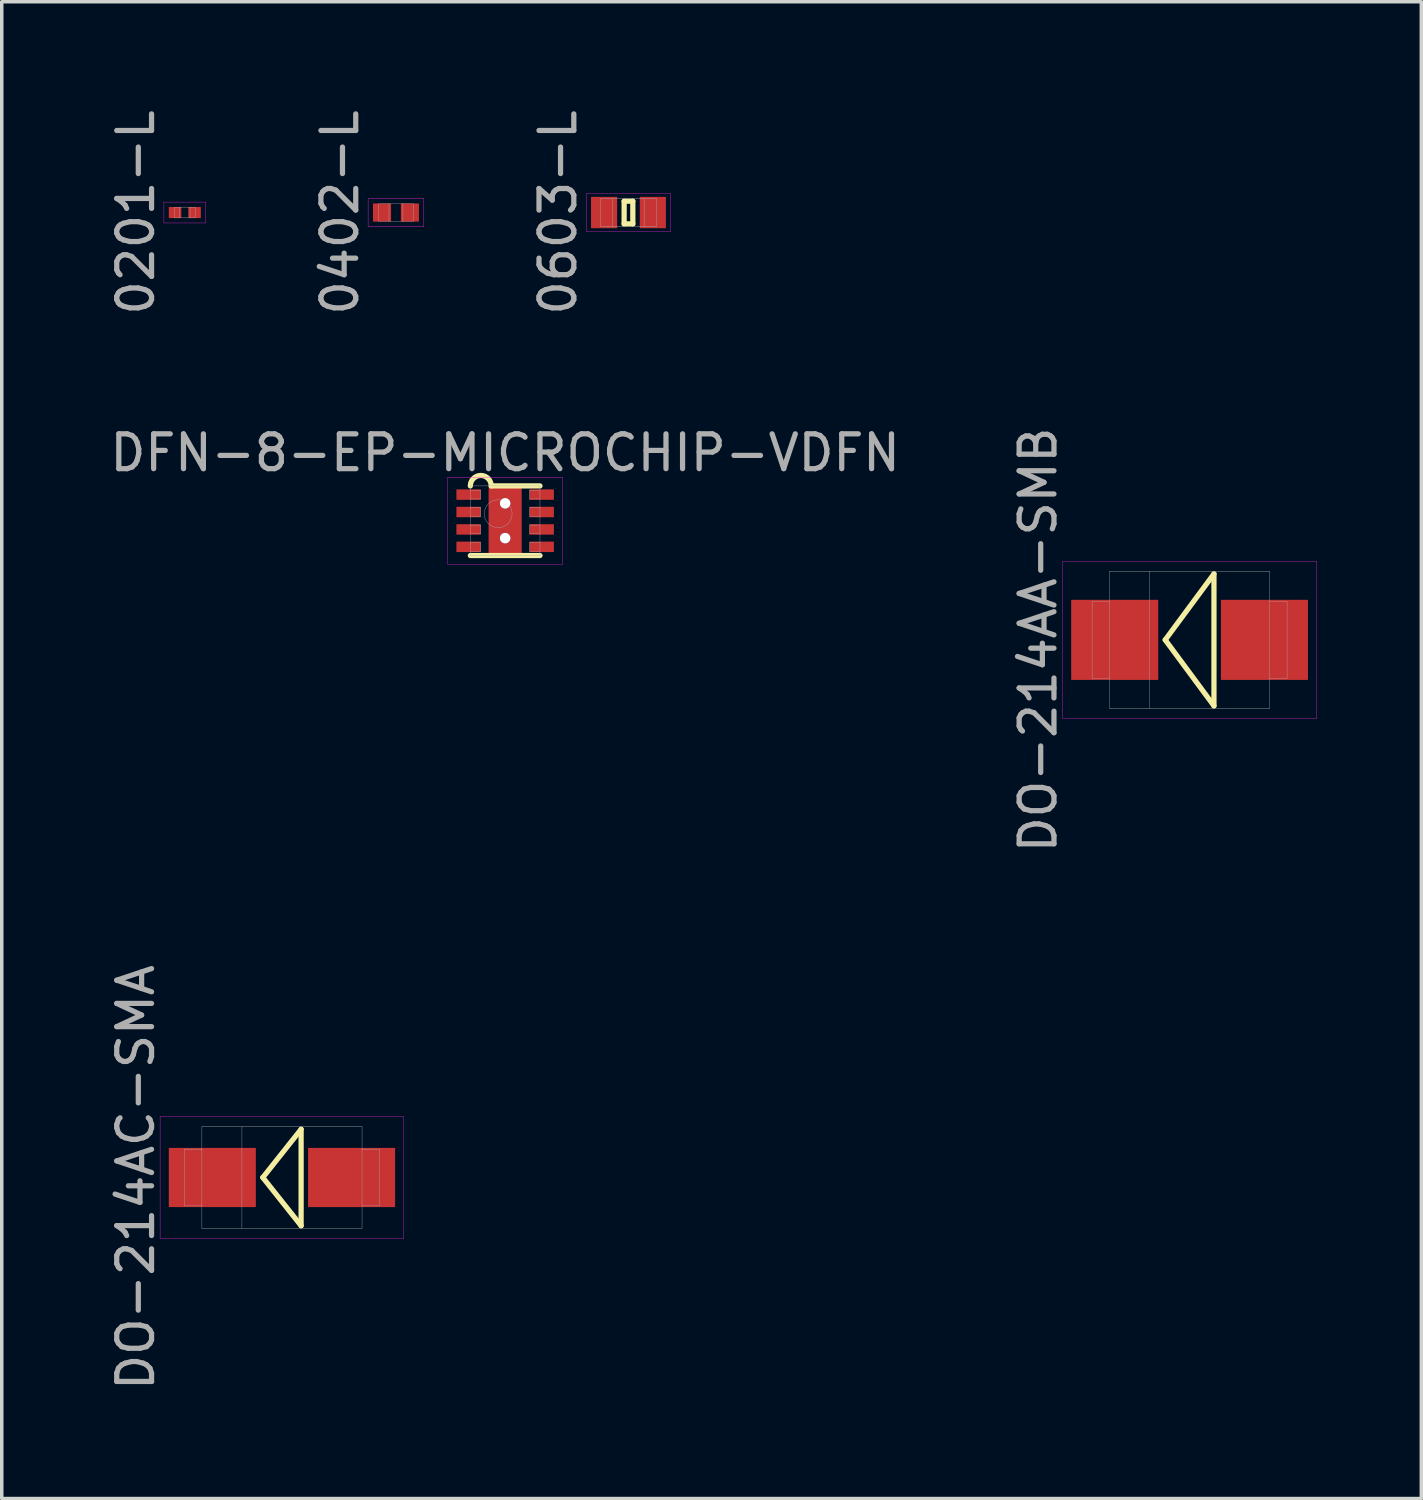
<source format=kicad_pcb>
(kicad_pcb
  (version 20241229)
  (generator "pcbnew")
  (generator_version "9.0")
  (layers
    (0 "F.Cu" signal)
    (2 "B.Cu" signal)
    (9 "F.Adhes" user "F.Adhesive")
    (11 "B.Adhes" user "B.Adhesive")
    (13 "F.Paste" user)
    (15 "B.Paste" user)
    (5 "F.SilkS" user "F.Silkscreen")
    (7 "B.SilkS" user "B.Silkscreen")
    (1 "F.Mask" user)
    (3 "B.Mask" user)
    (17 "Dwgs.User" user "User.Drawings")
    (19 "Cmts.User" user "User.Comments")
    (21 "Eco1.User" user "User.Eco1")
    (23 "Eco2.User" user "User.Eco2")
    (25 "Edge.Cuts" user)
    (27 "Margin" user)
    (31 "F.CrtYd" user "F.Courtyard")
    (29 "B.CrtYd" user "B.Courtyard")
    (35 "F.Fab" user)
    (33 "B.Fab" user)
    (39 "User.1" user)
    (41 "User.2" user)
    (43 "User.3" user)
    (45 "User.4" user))
  (footprint "0201-L"
    (layer "F.Cu")
    (at 2.258 3.054)
    (property "Reference" "0201-L" (at -1.41 0 90) (layer "F.Fab") (effects (font (size 1 1) (thickness 0.15))))
    (attr through_hole)
    (fp_line (start -0.6 -0.3) (end 0.6 -0.3) (stroke (width 0.01) (type solid)) (layer "F.CrtYd"))
    (fp_line (start -0.6 0.3) (end -0.6 -0.3) (stroke (width 0.01) (type solid)) (layer "F.CrtYd"))
    (fp_line (start 0.6 -0.3) (end 0.6 0.3) (stroke (width 0.01) (type solid)) (layer "F.CrtYd"))
    (fp_line (start 0.6 0.3) (end -0.6 0.3) (stroke (width 0.01) (type solid)) (layer "F.CrtYd"))
    (fp_line (start -0.3 -0.15) (end 0.3 -0.15) (stroke (width 0.01) (type solid)) (layer "F.Fab"))
    (fp_line (start -0.3 0.15) (end -0.3 -0.15) (stroke (width 0.01) (type solid)) (layer "F.Fab"))
    (fp_line (start -0.15 -0.15) (end -0.15 0.15) (stroke (width 0.01) (type solid)) (layer "F.Fab"))
    (fp_line (start 0.15 -0.15) (end 0.15 0.15) (stroke (width 0.01) (type solid)) (layer "F.Fab"))
    (fp_line (start 0.3 -0.15) (end 0.3 0.15) (stroke (width 0.01) (type solid)) (layer "F.Fab"))
    (fp_line (start 0.3 0.15) (end -0.3 0.15) (stroke (width 0.01) (type solid)) (layer "F.Fab"))
    (pad "1" smd rect (at -0.28 0) (size 0.36 0.32) (layers "F.Cu" "F.Mask" "F.Paste"))
    (pad "2" smd rect (at 0.28 0) (size 0.36 0.32) (layers "F.Cu" "F.Mask" "F.Paste")))
  (footprint "0402-L"
    (layer "F.Cu")
    (at 8.322 3.054)
    (property "Reference" "0402-L" (at -1.61 0 90) (layer "F.Fab") (effects (font (size 1 1) (thickness 0.15))))
    (attr through_hole)
    (fp_line (start -0.8 -0.4) (end 0.8 -0.4) (stroke (width 0.01) (type solid)) (layer "F.CrtYd"))
    (fp_line (start -0.8 0.4) (end -0.8 -0.4) (stroke (width 0.01) (type solid)) (layer "F.CrtYd"))
    (fp_line (start 0.8 -0.4) (end 0.8 0.4) (stroke (width 0.01) (type solid)) (layer "F.CrtYd"))
    (fp_line (start 0.8 0.4) (end -0.8 0.4) (stroke (width 0.01) (type solid)) (layer "F.CrtYd"))
    (fp_line (start -0.5 -0.25) (end 0.5 -0.25) (stroke (width 0.01) (type solid)) (layer "F.Fab"))
    (fp_line (start -0.5 0.25) (end -0.5 -0.25) (stroke (width 0.01) (type solid)) (layer "F.Fab"))
    (fp_line (start -0.2 -0.25) (end -0.2 0.25) (stroke (width 0.01) (type solid)) (layer "F.Fab"))
    (fp_line (start 0.2 -0.25) (end 0.2 0.25) (stroke (width 0.01) (type solid)) (layer "F.Fab"))
    (fp_line (start 0.5 -0.25) (end 0.5 0.25) (stroke (width 0.01) (type solid)) (layer "F.Fab"))
    (fp_line (start 0.5 0.25) (end -0.5 0.25) (stroke (width 0.01) (type solid)) (layer "F.Fab"))
    (pad "1" smd rect (at -0.4 0) (size 0.52 0.52) (layers "F.Cu" "F.Mask" "F.Paste"))
    (pad "2" smd rect (at 0.4 0) (size 0.52 0.52) (layers "F.Cu" "F.Mask" "F.Paste")))
  (footprint "0603-L"
    (layer "F.Cu")
    (at 15 3.054)
    (property "Reference" "0603-L" (at -2.025 0 90) (layer "F.Fab") (effects (font (size 1 1) (thickness 0.15))))
    (attr through_hole)
    (fp_line (start -0.125 -0.325) (end 0.125 -0.325) (stroke (width 0.15) (type solid)) (layer "F.SilkS"))
    (fp_line (start -0.125 0.325) (end -0.125 -0.325) (stroke (width 0.15) (type solid)) (layer "F.SilkS"))
    (fp_line (start 0.125 -0.325) (end 0.125 0.325) (stroke (width 0.15) (type solid)) (layer "F.SilkS"))
    (fp_line (start 0.125 0.325) (end -0.125 0.325) (stroke (width 0.15) (type solid)) (layer "F.SilkS"))
    (fp_line (start -1.2 -0.55) (end 1.2 -0.55) (stroke (width 0.01) (type solid)) (layer "F.CrtYd"))
    (fp_line (start -1.2 0.55) (end -1.2 -0.55) (stroke (width 0.01) (type solid)) (layer "F.CrtYd"))
    (fp_line (start 1.2 -0.55) (end 1.2 0.55) (stroke (width 0.01) (type solid)) (layer "F.CrtYd"))
    (fp_line (start 1.2 0.55) (end -1.2 0.55) (stroke (width 0.01) (type solid)) (layer "F.CrtYd"))
    (fp_line (start -0.8 -0.4) (end 0.8 -0.4) (stroke (width 0.01) (type solid)) (layer "F.Fab"))
    (fp_line (start -0.8 0.4) (end -0.8 -0.4) (stroke (width 0.01) (type solid)) (layer "F.Fab"))
    (fp_line (start -0.45 -0.4) (end -0.45 0.4) (stroke (width 0.01) (type solid)) (layer "F.Fab"))
    (fp_line (start 0.45 -0.4) (end 0.45 0.4) (stroke (width 0.01) (type solid)) (layer "F.Fab"))
    (fp_line (start 0.8 -0.4) (end 0.8 0.4) (stroke (width 0.01) (type solid)) (layer "F.Fab"))
    (fp_line (start 0.8 0.4) (end -0.8 0.4) (stroke (width 0.01) (type solid)) (layer "F.Fab"))
    (pad "1" smd rect (at -0.7 0) (size 0.75 0.9) (layers "F.Cu" "F.Mask" "F.Paste"))
    (pad "2" smd rect (at 0.7 0) (size 0.75 0.9) (layers "F.Cu" "F.Mask" "F.Paste")))
  (footprint "DO-214AA-SMB"
    (layer "F.Cu")
    (at 31.115 15.327)
    (property "Reference" "DO-214AA-SMB" (at -4.35 0 90) (layer "F.Fab") (effects (font (size 1 1) (thickness 0.15))))
    (attr through_hole)
    (fp_line (start -0.7 0) (end 0.7 -1.895) (stroke (width 0.15) (type solid)) (layer "F.SilkS"))
    (fp_line (start -0.7 0) (end 0.7 1.895) (stroke (width 0.15) (type solid)) (layer "F.SilkS"))
    (fp_line (start 0.7 -1.895) (end 0.7 1.895) (stroke (width 0.15) (type solid)) (layer "F.SilkS"))
    (fp_line (start -3.65 -2.25) (end 3.65 -2.25) (stroke (width 0.01) (type solid)) (layer "F.CrtYd"))
    (fp_line (start -3.65 2.25) (end -3.65 -2.25) (stroke (width 0.01) (type solid)) (layer "F.CrtYd"))
    (fp_line (start 3.65 -2.25) (end 3.65 2.25) (stroke (width 0.01) (type solid)) (layer "F.CrtYd"))
    (fp_line (start 3.65 2.25) (end -3.65 2.25) (stroke (width 0.01) (type solid)) (layer "F.CrtYd"))
    (fp_line (start -2.8 -1.105) (end -2.8 1.105) (stroke (width 0.01) (type solid)) (layer "F.Fab"))
    (fp_line (start -2.8 -1.105) (end -2.3 -1.105) (stroke (width 0.01) (type solid)) (layer "F.Fab"))
    (fp_line (start -2.8 1.105) (end -2.3 1.105) (stroke (width 0.01) (type solid)) (layer "F.Fab"))
    (fp_line (start -2.3 -1.97) (end 2.3 -1.97) (stroke (width 0.01) (type solid)) (layer "F.Fab"))
    (fp_line (start -2.3 1.97) (end -2.3 -1.97) (stroke (width 0.01) (type solid)) (layer "F.Fab"))
    (fp_line (start -1.15 -1.97) (end -1.15 1.97) (stroke (width 0.01) (type solid)) (layer "F.Fab"))
    (fp_line (start 2.3 -1.97) (end 2.3 1.97) (stroke (width 0.01) (type solid)) (layer "F.Fab"))
    (fp_line (start 2.3 1.97) (end -2.3 1.97) (stroke (width 0.01) (type solid)) (layer "F.Fab"))
    (fp_line (start 2.8 -1.105) (end 2.3 -1.105) (stroke (width 0.01) (type solid)) (layer "F.Fab"))
    (fp_line (start 2.8 -1.105) (end 2.8 1.105) (stroke (width 0.01) (type solid)) (layer "F.Fab"))
    (fp_line (start 2.8 1.105) (end 2.3 1.105) (stroke (width 0.01) (type solid)) (layer "F.Fab"))
    (pad "1" smd rect (at -2.15 0) (size 2.5 2.3) (layers "F.Cu" "F.Mask" "F.Paste"))
    (pad "2" smd rect (at 2.15 0) (size 2.5 2.3) (layers "F.Cu" "F.Mask" "F.Paste")))
  (footprint "DFN-8-EP-MICROCHIP-VDFN"
    (layer "F.Cu")
    (at 11.458 11.905)
    (property "Reference" "DFN-8-EP-MICROCHIP-VDFN" (at 0 -1.95 0) (layer "F.Fab") (effects (font (size 1 1) (thickness 0.15))))
    (attr through_hole)
    (fp_line (start -1 1) (end 1 1) (stroke (width 0.15) (type solid)) (layer "F.SilkS"))
    (fp_line (start -0.4 -1) (end 1 -1) (stroke (width 0.15) (type solid)) (layer "F.SilkS"))
    (fp_arc (start -1 -1) (mid -0.7 -1.3) (end -0.4 -1) (stroke (width 0.15) (type solid)) (layer "F.SilkS"))
    (fp_line (start -1.65 -1.25) (end 1.65 -1.25) (stroke (width 0.01) (type solid)) (layer "F.CrtYd"))
    (fp_line (start -1.65 1.25) (end -1.65 -1.25) (stroke (width 0.01) (type solid)) (layer "F.CrtYd"))
    (fp_line (start 1.65 -1.25) (end 1.65 1.25) (stroke (width 0.01) (type solid)) (layer "F.CrtYd"))
    (fp_line (start 1.65 1.25) (end -1.65 1.25) (stroke (width 0.01) (type solid)) (layer "F.CrtYd"))
    (fp_line (start -1 -1) (end 1 -1) (stroke (width 0.01) (type solid)) (layer "F.Fab"))
    (fp_line (start -1 -0.625) (end -0.7 -0.625) (stroke (width 0.01) (type solid)) (layer "F.Fab"))
    (fp_line (start -1 -0.125) (end -0.7 -0.125) (stroke (width 0.01) (type solid)) (layer "F.Fab"))
    (fp_line (start -1 0.375) (end -0.7 0.375) (stroke (width 0.01) (type solid)) (layer "F.Fab"))
    (fp_line (start -1 0.875) (end -0.7 0.875) (stroke (width 0.01) (type solid)) (layer "F.Fab"))
    (fp_line (start -1 1) (end -1 -1) (stroke (width 0.01) (type solid)) (layer "F.Fab"))
    (fp_line (start -0.7 -0.875) (end -1 -0.875) (stroke (width 0.01) (type solid)) (layer "F.Fab"))
    (fp_line (start -0.7 -0.625) (end -0.7 -0.875) (stroke (width 0.01) (type solid)) (layer "F.Fab"))
    (fp_line (start -0.7 -0.375) (end -1 -0.375) (stroke (width 0.01) (type solid)) (layer "F.Fab"))
    (fp_line (start -0.7 -0.125) (end -0.7 -0.375) (stroke (width 0.01) (type solid)) (layer "F.Fab"))
    (fp_line (start -0.7 0.125) (end -1 0.125) (stroke (width 0.01) (type solid)) (layer "F.Fab"))
    (fp_line (start -0.7 0.375) (end -0.7 0.125) (stroke (width 0.01) (type solid)) (layer "F.Fab"))
    (fp_line (start -0.7 0.625) (end -1 0.625) (stroke (width 0.01) (type solid)) (layer "F.Fab"))
    (fp_line (start -0.7 0.875) (end -0.7 0.625) (stroke (width 0.01) (type solid)) (layer "F.Fab"))
    (fp_line (start 0.7 -0.875) (end 0.7 -0.625) (stroke (width 0.01) (type solid)) (layer "F.Fab"))
    (fp_line (start 0.7 -0.625) (end 1 -0.625) (stroke (width 0.01) (type solid)) (layer "F.Fab"))
    (fp_line (start 0.7 -0.375) (end 0.7 -0.125) (stroke (width 0.01) (type solid)) (layer "F.Fab"))
    (fp_line (start 0.7 -0.125) (end 1 -0.125) (stroke (width 0.01) (type solid)) (layer "F.Fab"))
    (fp_line (start 0.7 0.125) (end 0.7 0.375) (stroke (width 0.01) (type solid)) (layer "F.Fab"))
    (fp_line (start 0.7 0.375) (end 1 0.375) (stroke (width 0.01) (type solid)) (layer "F.Fab"))
    (fp_line (start 0.7 0.625) (end 0.7 0.875) (stroke (width 0.01) (type solid)) (layer "F.Fab"))
    (fp_line (start 0.7 0.875) (end 1 0.875) (stroke (width 0.01) (type solid)) (layer "F.Fab"))
    (fp_line (start 1 -1) (end 1 1) (stroke (width 0.01) (type solid)) (layer "F.Fab"))
    (fp_line (start 1 -0.875) (end 0.7 -0.875) (stroke (width 0.01) (type solid)) (layer "F.Fab"))
    (fp_line (start 1 -0.375) (end 0.7 -0.375) (stroke (width 0.01) (type solid)) (layer "F.Fab"))
    (fp_line (start 1 0.125) (end 0.7 0.125) (stroke (width 0.01) (type solid)) (layer "F.Fab"))
    (fp_line (start 1 0.625) (end 0.7 0.625) (stroke (width 0.01) (type solid)) (layer "F.Fab"))
    (fp_line (start 1 1) (end -1 1) (stroke (width 0.01) (type solid)) (layer "F.Fab"))
    (fp_circle (center -0.2 -0.2) (end -0.2 0.2) (stroke (width 0.01) (type solid)) (fill no) (layer "F.Fab"))
    (pad "" smd rect (at 0 0) (size 0.95 1.95) (layers "F.Paste"))
    (pad "1" smd rect (at -1.05 -0.75) (size 0.7 0.3) (layers "F.Cu" "F.Mask" "F.Paste"))
    (pad "2" smd rect (at -1.05 -0.25) (size 0.7 0.3) (layers "F.Cu" "F.Mask" "F.Paste"))
    (pad "3" smd rect (at -1.05 0.25) (size 0.7 0.3) (layers "F.Cu" "F.Mask" "F.Paste"))
    (pad "4" smd rect (at -1.05 0.75) (size 0.7 0.3) (layers "F.Cu" "F.Mask" "F.Paste"))
    (pad "5" smd rect (at 1.05 0.75) (size 0.7 0.3) (layers "F.Cu" "F.Mask" "F.Paste"))
    (pad "6" smd rect (at 1.05 0.25) (size 0.7 0.3) (layers "F.Cu" "F.Mask" "F.Paste"))
    (pad "7" smd rect (at 1.05 -0.25) (size 0.7 0.3) (layers "F.Cu" "F.Mask" "F.Paste"))
    (pad "8" smd rect (at 1.05 -0.75) (size 0.7 0.3) (layers "F.Cu" "F.Mask" "F.Paste"))
    (pad "EP" thru_hole circle (at 0 -0.5) (size 0.3 0.3) (drill 0.3) (layers "*.Cu"))
    (pad "EP" smd rect (at 0 0) (size 0.95 1.95) (layers "F.Cu" "F.Mask"))
    (pad "EP" thru_hole circle (at 0 0.5) (size 0.3 0.3) (drill 0.3) (layers "*.Cu")))
  (footprint "DO-214AC-SMA"
    (layer "F.Cu")
    (at 5.048 30.768)
    (property "Reference" "DO-214AC-SMA" (at -4.2 0 90) (layer "F.Fab") (effects (font (size 1 1) (thickness 0.15))))
    (attr through_hole)
    (fp_line (start -0.55 0) (end 0.55 -1.385) (stroke (width 0.15) (type solid)) (layer "F.SilkS"))
    (fp_line (start -0.55 0) (end 0.55 1.385) (stroke (width 0.15) (type solid)) (layer "F.SilkS"))
    (fp_line (start 0.55 -1.385) (end 0.55 1.385) (stroke (width 0.15) (type solid)) (layer "F.SilkS"))
    (fp_line (start -3.5 -1.75) (end 3.5 -1.75) (stroke (width 0.01) (type solid)) (layer "F.CrtYd"))
    (fp_line (start -3.5 1.75) (end -3.5 -1.75) (stroke (width 0.01) (type solid)) (layer "F.CrtYd"))
    (fp_line (start 3.5 -1.75) (end 3.5 1.75) (stroke (width 0.01) (type solid)) (layer "F.CrtYd"))
    (fp_line (start 3.5 1.75) (end -3.5 1.75) (stroke (width 0.01) (type solid)) (layer "F.CrtYd"))
    (fp_line (start -2.8 -0.815) (end -2.8 0.815) (stroke (width 0.01) (type solid)) (layer "F.Fab"))
    (fp_line (start -2.8 -0.815) (end -2.3 -0.815) (stroke (width 0.01) (type solid)) (layer "F.Fab"))
    (fp_line (start -2.8 0.815) (end -2.3 0.815) (stroke (width 0.01) (type solid)) (layer "F.Fab"))
    (fp_line (start -2.3 -1.46) (end 2.3 -1.46) (stroke (width 0.01) (type solid)) (layer "F.Fab"))
    (fp_line (start -2.3 1.46) (end -2.3 -1.46) (stroke (width 0.01) (type solid)) (layer "F.Fab"))
    (fp_line (start -1.15 -1.46) (end -1.15 1.46) (stroke (width 0.01) (type solid)) (layer "F.Fab"))
    (fp_line (start 2.3 -1.46) (end 2.3 1.46) (stroke (width 0.01) (type solid)) (layer "F.Fab"))
    (fp_line (start 2.3 1.46) (end -2.3 1.46) (stroke (width 0.01) (type solid)) (layer "F.Fab"))
    (fp_line (start 2.8 -0.815) (end 2.3 -0.815) (stroke (width 0.01) (type solid)) (layer "F.Fab"))
    (fp_line (start 2.8 -0.815) (end 2.8 0.815) (stroke (width 0.01) (type solid)) (layer "F.Fab"))
    (fp_line (start 2.8 0.815) (end 2.3 0.815) (stroke (width 0.01) (type solid)) (layer "F.Fab"))
    (pad "1" smd rect (at -2 0) (size 2.5 1.7) (layers "F.Cu" "F.Mask" "F.Paste"))
    (pad "2" smd rect (at 2 0) (size 2.5 1.7) (layers "F.Cu" "F.Mask" "F.Paste")))
  (gr_rect
    (start -3 -3)
    (end 37.77 39.988)
    (stroke (width 0.1) (type default))
    (fill no)
    (layer "Edge.Cuts")))
</source>
